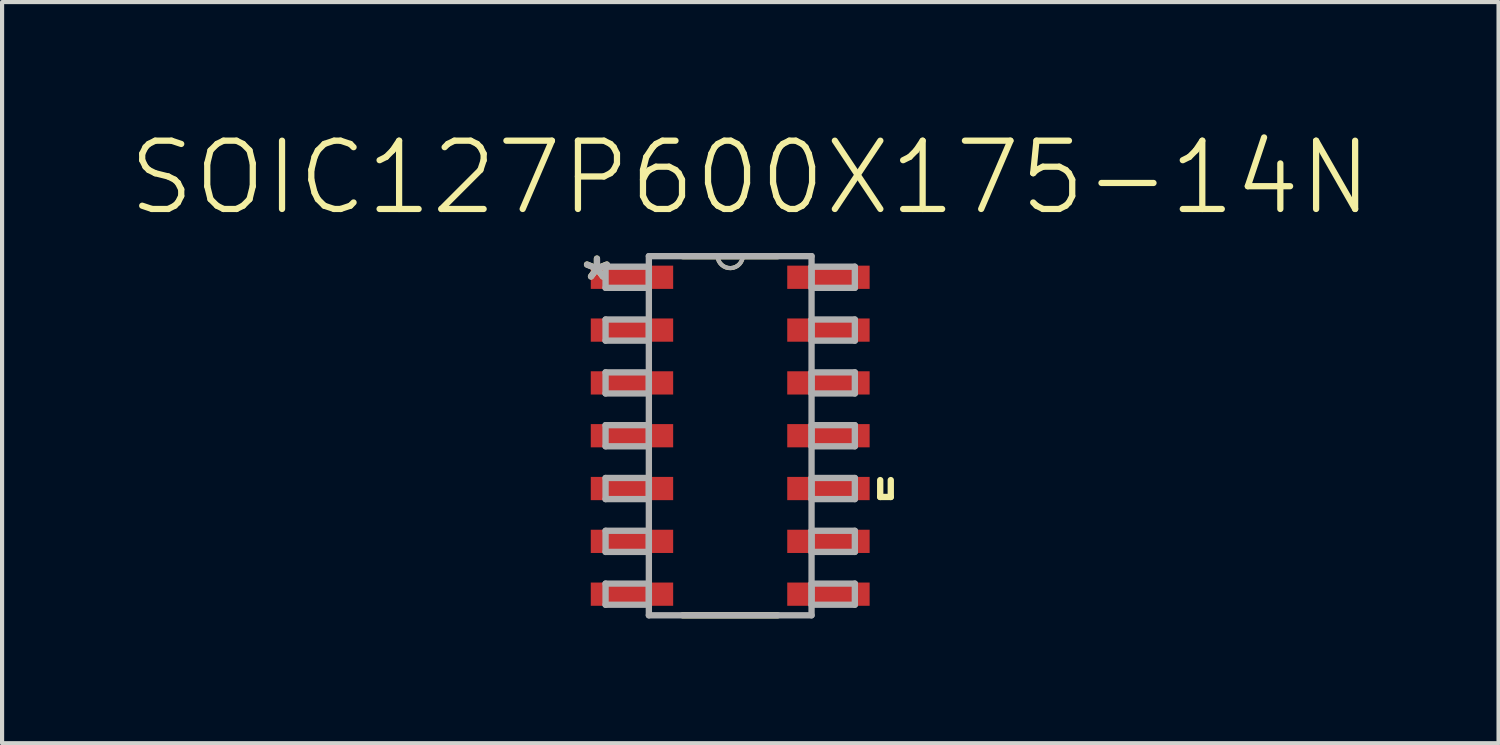
<source format=kicad_pcb>
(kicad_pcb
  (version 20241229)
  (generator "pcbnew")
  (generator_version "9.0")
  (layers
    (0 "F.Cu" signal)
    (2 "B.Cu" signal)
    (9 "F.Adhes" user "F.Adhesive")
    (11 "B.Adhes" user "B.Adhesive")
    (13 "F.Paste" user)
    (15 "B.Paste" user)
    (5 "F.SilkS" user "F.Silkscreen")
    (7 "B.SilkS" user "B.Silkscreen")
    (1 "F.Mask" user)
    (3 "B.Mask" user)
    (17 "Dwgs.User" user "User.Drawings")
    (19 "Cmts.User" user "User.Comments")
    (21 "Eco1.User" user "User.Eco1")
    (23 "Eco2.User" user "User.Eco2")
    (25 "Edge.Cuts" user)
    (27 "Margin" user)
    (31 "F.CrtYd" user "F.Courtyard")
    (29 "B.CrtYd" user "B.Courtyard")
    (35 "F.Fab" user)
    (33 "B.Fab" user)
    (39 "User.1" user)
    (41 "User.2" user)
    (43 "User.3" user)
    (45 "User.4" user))
  (footprint "SOIC127P600X175-14N"
    (layer "F.Cu")
    (at 14.508 7.427)
    (property "Reference" "SOIC127P600X175-14N" (at 0.483 -6.204 0) (layer "F.SilkS") (effects (font (size 1.642 1.642) (thickness 0.15))))
    (attr smd)
    (fp_line (start -1.143 4.318) (end 1.143 4.318) (stroke (width 0.152) (type solid)) (layer "F.SilkS"))
    (fp_line (start -0.305 -4.318) (end -1.143 -4.318) (stroke (width 0.152) (type solid)) (layer "F.SilkS"))
    (fp_line (start 1.143 -4.318) (end -0.305 -4.318) (stroke (width 0.152) (type solid)) (layer "F.SilkS"))
    (fp_line (start 3.607 1.473) (end 3.607 1.067) (stroke (width 0.152) (type solid)) (layer "F.SilkS"))
    (fp_line (start 3.861 1.067) (end 3.861 1.473) (stroke (width 0.152) (type solid)) (layer "F.SilkS"))
    (fp_line (start 3.861 1.473) (end 3.607 1.473) (stroke (width 0.152) (type solid)) (layer "F.SilkS"))
    (fp_arc (start 0.3048 -4.3434) (mid 0.0127 -4.0259) (end -0.3048 -4.318) (stroke (width 0.1) (type solid)) (layer "F.SilkS"))
    (fp_line (start -2.997 -4.064) (end -2.997 -3.556) (stroke (width 0.152) (type solid)) (layer "F.Fab"))
    (fp_line (start -2.997 -3.556) (end -1.956 -3.556) (stroke (width 0.152) (type solid)) (layer "F.Fab"))
    (fp_line (start -2.997 -2.794) (end -2.997 -2.286) (stroke (width 0.152) (type solid)) (layer "F.Fab"))
    (fp_line (start -2.997 -2.286) (end -1.956 -2.286) (stroke (width 0.152) (type solid)) (layer "F.Fab"))
    (fp_line (start -2.997 -1.524) (end -2.997 -1.016) (stroke (width 0.152) (type solid)) (layer "F.Fab"))
    (fp_line (start -2.997 -1.016) (end -1.956 -1.016) (stroke (width 0.152) (type solid)) (layer "F.Fab"))
    (fp_line (start -2.997 -0.254) (end -2.997 0.254) (stroke (width 0.152) (type solid)) (layer "F.Fab"))
    (fp_line (start -2.997 0.254) (end -1.956 0.254) (stroke (width 0.152) (type solid)) (layer "F.Fab"))
    (fp_line (start -2.997 1.016) (end -2.997 1.524) (stroke (width 0.152) (type solid)) (layer "F.Fab"))
    (fp_line (start -2.997 1.524) (end -1.956 1.524) (stroke (width 0.152) (type solid)) (layer "F.Fab"))
    (fp_line (start -2.997 2.286) (end -2.997 2.794) (stroke (width 0.152) (type solid)) (layer "F.Fab"))
    (fp_line (start -2.997 2.794) (end -1.956 2.794) (stroke (width 0.152) (type solid)) (layer "F.Fab"))
    (fp_line (start -2.997 3.556) (end -2.997 4.064) (stroke (width 0.152) (type solid)) (layer "F.Fab"))
    (fp_line (start -2.997 4.064) (end -1.956 4.064) (stroke (width 0.152) (type solid)) (layer "F.Fab"))
    (fp_line (start -1.956 -4.318) (end -1.956 4.318) (stroke (width 0.152) (type solid)) (layer "F.Fab"))
    (fp_line (start -1.956 -4.064) (end -2.997 -4.064) (stroke (width 0.152) (type solid)) (layer "F.Fab"))
    (fp_line (start -1.956 -3.556) (end -1.956 -4.064) (stroke (width 0.152) (type solid)) (layer "F.Fab"))
    (fp_line (start -1.956 -2.794) (end -2.997 -2.794) (stroke (width 0.152) (type solid)) (layer "F.Fab"))
    (fp_line (start -1.956 -2.286) (end -1.956 -2.794) (stroke (width 0.152) (type solid)) (layer "F.Fab"))
    (fp_line (start -1.956 -1.524) (end -2.997 -1.524) (stroke (width 0.152) (type solid)) (layer "F.Fab"))
    (fp_line (start -1.956 -1.016) (end -1.956 -1.524) (stroke (width 0.152) (type solid)) (layer "F.Fab"))
    (fp_line (start -1.956 -0.254) (end -2.997 -0.254) (stroke (width 0.152) (type solid)) (layer "F.Fab"))
    (fp_line (start -1.956 0.254) (end -1.956 -0.254) (stroke (width 0.152) (type solid)) (layer "F.Fab"))
    (fp_line (start -1.956 1.016) (end -2.997 1.016) (stroke (width 0.152) (type solid)) (layer "F.Fab"))
    (fp_line (start -1.956 1.524) (end -1.956 1.016) (stroke (width 0.152) (type solid)) (layer "F.Fab"))
    (fp_line (start -1.956 2.286) (end -2.997 2.286) (stroke (width 0.152) (type solid)) (layer "F.Fab"))
    (fp_line (start -1.956 2.794) (end -1.956 2.286) (stroke (width 0.152) (type solid)) (layer "F.Fab"))
    (fp_line (start -1.956 3.556) (end -2.997 3.556) (stroke (width 0.152) (type solid)) (layer "F.Fab"))
    (fp_line (start -1.956 4.064) (end -1.956 3.556) (stroke (width 0.152) (type solid)) (layer "F.Fab"))
    (fp_line (start -1.956 4.318) (end 1.956 4.318) (stroke (width 0.152) (type solid)) (layer "F.Fab"))
    (fp_line (start -0.305 -4.318) (end -1.956 -4.318) (stroke (width 0.152) (type solid)) (layer "F.Fab"))
    (fp_line (start 1.956 -4.318) (end -0.305 -4.318) (stroke (width 0.152) (type solid)) (layer "F.Fab"))
    (fp_line (start 1.956 -4.064) (end 1.956 -3.556) (stroke (width 0.152) (type solid)) (layer "F.Fab"))
    (fp_line (start 1.956 -3.556) (end 2.997 -3.556) (stroke (width 0.152) (type solid)) (layer "F.Fab"))
    (fp_line (start 1.956 -2.794) (end 1.956 -2.286) (stroke (width 0.152) (type solid)) (layer "F.Fab"))
    (fp_line (start 1.956 -2.286) (end 2.997 -2.286) (stroke (width 0.152) (type solid)) (layer "F.Fab"))
    (fp_line (start 1.956 -1.524) (end 1.956 -1.016) (stroke (width 0.152) (type solid)) (layer "F.Fab"))
    (fp_line (start 1.956 -1.016) (end 2.997 -1.016) (stroke (width 0.152) (type solid)) (layer "F.Fab"))
    (fp_line (start 1.956 -0.254) (end 1.956 0.254) (stroke (width 0.152) (type solid)) (layer "F.Fab"))
    (fp_line (start 1.956 0.254) (end 2.997 0.254) (stroke (width 0.152) (type solid)) (layer "F.Fab"))
    (fp_line (start 1.956 1.016) (end 1.956 1.524) (stroke (width 0.152) (type solid)) (layer "F.Fab"))
    (fp_line (start 1.956 1.524) (end 2.997 1.524) (stroke (width 0.152) (type solid)) (layer "F.Fab"))
    (fp_line (start 1.956 2.286) (end 1.956 2.794) (stroke (width 0.152) (type solid)) (layer "F.Fab"))
    (fp_line (start 1.956 2.794) (end 2.997 2.794) (stroke (width 0.152) (type solid)) (layer "F.Fab"))
    (fp_line (start 1.956 3.556) (end 1.956 4.064) (stroke (width 0.152) (type solid)) (layer "F.Fab"))
    (fp_line (start 1.956 4.064) (end 2.997 4.064) (stroke (width 0.152) (type solid)) (layer "F.Fab"))
    (fp_line (start 1.956 4.318) (end 1.956 -4.318) (stroke (width 0.152) (type solid)) (layer "F.Fab"))
    (fp_line (start 2.997 -4.064) (end 1.956 -4.064) (stroke (width 0.152) (type solid)) (layer "F.Fab"))
    (fp_line (start 2.997 -3.556) (end 2.997 -4.064) (stroke (width 0.152) (type solid)) (layer "F.Fab"))
    (fp_line (start 2.997 -2.794) (end 1.956 -2.794) (stroke (width 0.152) (type solid)) (layer "F.Fab"))
    (fp_line (start 2.997 -2.286) (end 2.997 -2.794) (stroke (width 0.152) (type solid)) (layer "F.Fab"))
    (fp_line (start 2.997 -1.524) (end 1.956 -1.524) (stroke (width 0.152) (type solid)) (layer "F.Fab"))
    (fp_line (start 2.997 -1.016) (end 2.997 -1.524) (stroke (width 0.152) (type solid)) (layer "F.Fab"))
    (fp_line (start 2.997 -0.254) (end 1.956 -0.254) (stroke (width 0.152) (type solid)) (layer "F.Fab"))
    (fp_line (start 2.997 0.254) (end 2.997 -0.254) (stroke (width 0.152) (type solid)) (layer "F.Fab"))
    (fp_line (start 2.997 1.016) (end 1.956 1.016) (stroke (width 0.152) (type solid)) (layer "F.Fab"))
    (fp_line (start 2.997 1.524) (end 2.997 1.016) (stroke (width 0.152) (type solid)) (layer "F.Fab"))
    (fp_line (start 2.997 2.286) (end 1.956 2.286) (stroke (width 0.152) (type solid)) (layer "F.Fab"))
    (fp_line (start 2.997 2.794) (end 2.997 2.286) (stroke (width 0.152) (type solid)) (layer "F.Fab"))
    (fp_line (start 2.997 3.556) (end 1.956 3.556) (stroke (width 0.152) (type solid)) (layer "F.Fab"))
    (fp_line (start 2.997 4.064) (end 2.997 3.556) (stroke (width 0.152) (type solid)) (layer "F.Fab"))
    (fp_arc (start 0.3048 -4.3434) (mid 0.0127 -4.0259) (end -0.3048 -4.318) (stroke (width 0.1) (type solid)) (layer "F.Fab"))
    (fp_text user "*" (at -3.205 -3.714 0) (layer "F.SilkS") (effects (font (size 1.001 1.001) (thickness 0.15))))
    (fp_text user "*" (at -3.203 -3.711 0) (layer "F.Fab") (effects (font (size 1.001 1.001) (thickness 0.15))))
    (pad "1" smd rect (at -2.362 -3.81) (size 1.981 0.559) (layers "F.Cu" "F.Mask" "F.Paste"))
    (pad "2" smd rect (at -2.362 -2.54) (size 1.981 0.559) (layers "F.Cu" "F.Mask" "F.Paste"))
    (pad "3" smd rect (at -2.362 -1.27) (size 1.981 0.559) (layers "F.Cu" "F.Mask" "F.Paste"))
    (pad "4" smd rect (at -2.362 0) (size 1.981 0.559) (layers "F.Cu" "F.Mask" "F.Paste"))
    (pad "5" smd rect (at -2.362 1.27) (size 1.981 0.559) (layers "F.Cu" "F.Mask" "F.Paste"))
    (pad "6" smd rect (at -2.362 2.54) (size 1.981 0.559) (layers "F.Cu" "F.Mask" "F.Paste"))
    (pad "7" smd rect (at -2.362 3.81) (size 1.981 0.559) (layers "F.Cu" "F.Mask" "F.Paste"))
    (pad "8" smd rect (at 2.362 3.81) (size 1.981 0.559) (layers "F.Cu" "F.Mask" "F.Paste"))
    (pad "9" smd rect (at 2.362 2.54) (size 1.981 0.559) (layers "F.Cu" "F.Mask" "F.Paste"))
    (pad "10" smd rect (at 2.362 1.27) (size 1.981 0.559) (layers "F.Cu" "F.Mask" "F.Paste"))
    (pad "11" smd rect (at 2.362 0) (size 1.981 0.559) (layers "F.Cu" "F.Mask" "F.Paste"))
    (pad "12" smd rect (at 2.362 -1.27) (size 1.981 0.559) (layers "F.Cu" "F.Mask" "F.Paste"))
    (pad "13" smd rect (at 2.362 -2.54) (size 1.981 0.559) (layers "F.Cu" "F.Mask" "F.Paste"))
    (pad "14" smd rect (at 2.362 -3.81) (size 1.981 0.559) (layers "F.Cu" "F.Mask" "F.Paste")))
  (gr_rect
    (start -3 -3)
    (end 32.983 14.821)
    (stroke (width 0.1) (type default))
    (fill no)
    (layer "Edge.Cuts")))
</source>
